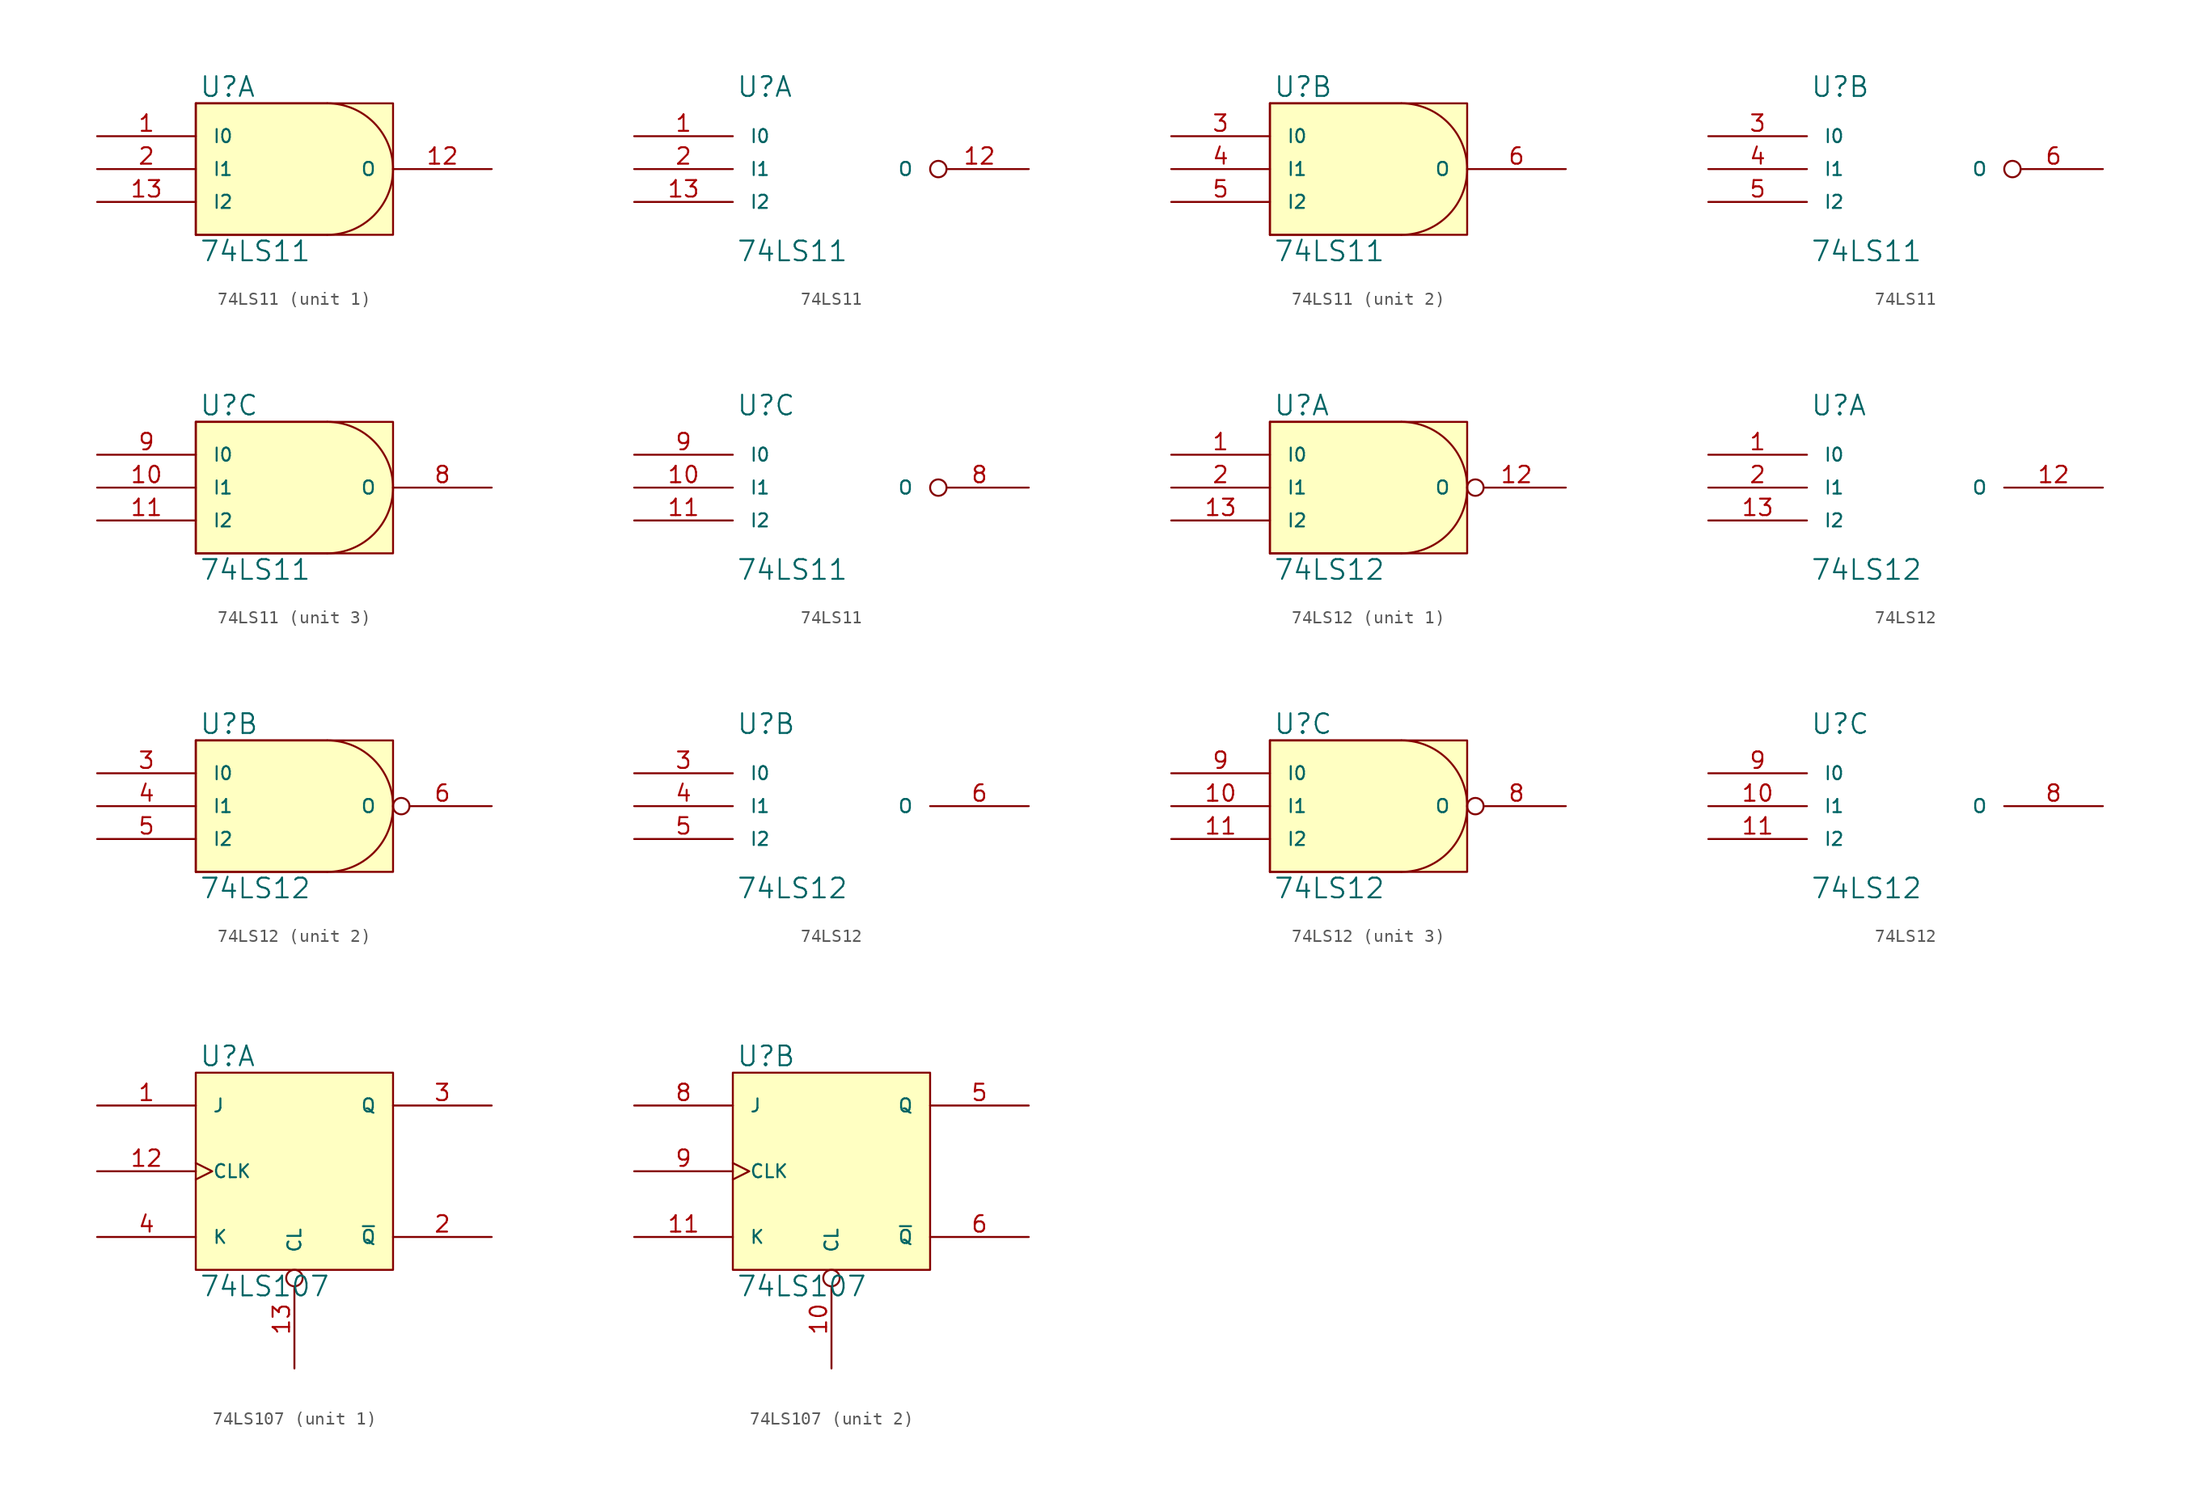
<source format=kicad_sym>
(kicad_symbol_lib
  (version 20231120)
  (generator "kicad_symbol_editor")
  (generator_version "8.0")
  (symbol "74LS11"
    (pin_names
      (offset 1.27))
    (property "Reference" "U"
      (at 0.254 0.381 0)
      (effects (font (size 1.524 1.524)) (justify left bottom)))
    (property "Value" "74LS11"
      (at 0.254 -10.541 0)
      (effects (font (size 1.524 1.524)) (justify left top)))
    (symbol "74LS11_0_1"
      (polyline (pts (xy 0 -10.16) (xy 10.16 -10.16)) (stroke (width 0) (type solid)) (fill (type none)))
      (polyline (pts (xy 0 0) (xy 0 -10.16)) (stroke (width 0) (type solid)) (fill (type none)))
      (polyline (pts (xy 10.16 0) (xy 0 0)) (stroke (width 0) (type solid)) (fill (type none)))
      (rectangle (start 0 0) (end 15.24 -10.16) (stroke (width 0) (type solid)) (fill (type background)))
      (arc (start 10.16 -10.16) (mid 13.7521 -8.6721) (end 15.24 -5.08) (stroke (width 0) (type solid)) (fill (type none)))
      (arc (start 15.24 -5.08) (mid 13.7521 -1.4879) (end 10.16 0) (stroke (width 0) (type solid)) (fill (type none))))
    (symbol "74LS11_1_1"
      (pin input line (at -7.62 -2.54 0) (length 7.62) (name "I0" (effects (font (size 1.016 1.016)))) (number "1" (effects (font (size 1.27 1.27)))))
      (pin output line (at 22.86 -5.08 180) (length 7.62) (name "O" (effects (font (size 1.016 1.016)))) (number "12" (effects (font (size 1.27 1.27)))))
      (pin input line (at -7.62 -7.62 0) (length 7.62) (name "I2" (effects (font (size 1.016 1.016)))) (number "13" (effects (font (size 1.27 1.27)))))
      (pin power_in line (at 0 0 270) (length 0) hide (name "VCC" (effects (font (size 1.016 1.016)))) (number "14" (effects (font (size 1.27 1.27)))))
      (pin input line (at -7.62 -5.08 0) (length 7.62) (name "I1" (effects (font (size 1.016 1.016)))) (number "2" (effects (font (size 1.27 1.27)))))
      (pin power_in line (at 0 -10.16 90) (length 0) hide (name "GND" (effects (font (size 1.016 1.016)))) (number "7" (effects (font (size 1.27 1.27))))))
    (symbol "74LS11_1_2"
      (pin input line (at -7.62 -2.54 0) (length 7.62) (name "I0" (effects (font (size 1.016 1.016)))) (number "1" (effects (font (size 1.27 1.27)))))
      (pin output inverted (at 22.86 -5.08 180) (length 7.62) (name "O" (effects (font (size 1.016 1.016)))) (number "12" (effects (font (size 1.27 1.27)))))
      (pin input line (at -7.62 -7.62 0) (length 7.62) (name "I2" (effects (font (size 1.016 1.016)))) (number "13" (effects (font (size 1.27 1.27)))))
      (pin power_in line (at 0 0 270) (length 0) hide (name "VCC" (effects (font (size 1.016 1.016)))) (number "14" (effects (font (size 1.27 1.27)))))
      (pin input line (at -7.62 -5.08 0) (length 7.62) (name "I1" (effects (font (size 1.016 1.016)))) (number "2" (effects (font (size 1.27 1.27)))))
      (pin power_in line (at 0 -10.16 90) (length 0) hide (name "GND" (effects (font (size 1.016 1.016)))) (number "7" (effects (font (size 1.27 1.27))))))
    (symbol "74LS11_2_1"
      (pin power_in line (at 0 0 270) (length 0) hide (name "VCC" (effects (font (size 1.016 1.016)))) (number "14" (effects (font (size 1.27 1.27)))))
      (pin input line (at -7.62 -2.54 0) (length 7.62) (name "I0" (effects (font (size 1.016 1.016)))) (number "3" (effects (font (size 1.27 1.27)))))
      (pin input line (at -7.62 -5.08 0) (length 7.62) (name "I1" (effects (font (size 1.016 1.016)))) (number "4" (effects (font (size 1.27 1.27)))))
      (pin input line (at -7.62 -7.62 0) (length 7.62) (name "I2" (effects (font (size 1.016 1.016)))) (number "5" (effects (font (size 1.27 1.27)))))
      (pin output line (at 22.86 -5.08 180) (length 7.62) (name "O" (effects (font (size 1.016 1.016)))) (number "6" (effects (font (size 1.27 1.27)))))
      (pin power_in line (at 0 -10.16 90) (length 0) hide (name "GND" (effects (font (size 1.016 1.016)))) (number "7" (effects (font (size 1.27 1.27))))))
    (symbol "74LS11_2_2"
      (pin power_in line (at 0 0 270) (length 0) hide (name "VCC" (effects (font (size 1.016 1.016)))) (number "14" (effects (font (size 1.27 1.27)))))
      (pin input line (at -7.62 -2.54 0) (length 7.62) (name "I0" (effects (font (size 1.016 1.016)))) (number "3" (effects (font (size 1.27 1.27)))))
      (pin input line (at -7.62 -5.08 0) (length 7.62) (name "I1" (effects (font (size 1.016 1.016)))) (number "4" (effects (font (size 1.27 1.27)))))
      (pin input line (at -7.62 -7.62 0) (length 7.62) (name "I2" (effects (font (size 1.016 1.016)))) (number "5" (effects (font (size 1.27 1.27)))))
      (pin output inverted (at 22.86 -5.08 180) (length 7.62) (name "O" (effects (font (size 1.016 1.016)))) (number "6" (effects (font (size 1.27 1.27)))))
      (pin power_in line (at 0 -10.16 90) (length 0) hide (name "GND" (effects (font (size 1.016 1.016)))) (number "7" (effects (font (size 1.27 1.27))))))
    (symbol "74LS11_3_1"
      (pin input line (at -7.62 -5.08 0) (length 7.62) (name "I1" (effects (font (size 1.016 1.016)))) (number "10" (effects (font (size 1.27 1.27)))))
      (pin input line (at -7.62 -7.62 0) (length 7.62) (name "I2" (effects (font (size 1.016 1.016)))) (number "11" (effects (font (size 1.27 1.27)))))
      (pin power_in line (at 0 0 270) (length 0) hide (name "VCC" (effects (font (size 1.016 1.016)))) (number "14" (effects (font (size 1.27 1.27)))))
      (pin power_in line (at 0 -10.16 90) (length 0) hide (name "GND" (effects (font (size 1.016 1.016)))) (number "7" (effects (font (size 1.27 1.27)))))
      (pin output line (at 22.86 -5.08 180) (length 7.62) (name "O" (effects (font (size 1.016 1.016)))) (number "8" (effects (font (size 1.27 1.27)))))
      (pin input line (at -7.62 -2.54 0) (length 7.62) (name "I0" (effects (font (size 1.016 1.016)))) (number "9" (effects (font (size 1.27 1.27))))))
    (symbol "74LS11_3_2"
      (pin input line (at -7.62 -5.08 0) (length 7.62) (name "I1" (effects (font (size 1.016 1.016)))) (number "10" (effects (font (size 1.27 1.27)))))
      (pin input line (at -7.62 -7.62 0) (length 7.62) (name "I2" (effects (font (size 1.016 1.016)))) (number "11" (effects (font (size 1.27 1.27)))))
      (pin power_in line (at 0 0 270) (length 0) hide (name "VCC" (effects (font (size 1.016 1.016)))) (number "14" (effects (font (size 1.27 1.27)))))
      (pin power_in line (at 0 -10.16 90) (length 0) hide (name "GND" (effects (font (size 1.016 1.016)))) (number "7" (effects (font (size 1.27 1.27)))))
      (pin output inverted (at 22.86 -5.08 180) (length 7.62) (name "O" (effects (font (size 1.016 1.016)))) (number "8" (effects (font (size 1.27 1.27)))))
      (pin input line (at -7.62 -2.54 0) (length 7.62) (name "I0" (effects (font (size 1.016 1.016)))) (number "9" (effects (font (size 1.27 1.27)))))))
  (symbol "74LS12"
    (pin_names
      (offset 1.27))
    (property "Reference" "U"
      (at 0.254 0.381 0)
      (effects (font (size 1.524 1.524)) (justify left bottom)))
    (property "Value" "74LS12"
      (at 0.254 -10.541 0)
      (effects (font (size 1.524 1.524)) (justify left top)))
    (symbol "74LS12_0_1"
      (polyline (pts (xy 0 -10.16) (xy 10.16 -10.16)) (stroke (width 0) (type solid)) (fill (type none)))
      (polyline (pts (xy 0 0) (xy 0 -10.16)) (stroke (width 0) (type solid)) (fill (type none)))
      (polyline (pts (xy 10.16 0) (xy 0 0)) (stroke (width 0) (type solid)) (fill (type none)))
      (rectangle (start 0 0) (end 15.24 -10.16) (stroke (width 0) (type solid)) (fill (type background)))
      (arc (start 10.16 -10.16) (mid 13.7521 -8.6721) (end 15.24 -5.08) (stroke (width 0) (type solid)) (fill (type none)))
      (arc (start 15.24 -5.08) (mid 13.7521 -1.4879) (end 10.16 0) (stroke (width 0) (type solid)) (fill (type none))))
    (symbol "74LS12_1_1"
      (pin input line (at -7.62 -2.54 0) (length 7.62) (name "I0" (effects (font (size 1.016 1.016)))) (number "1" (effects (font (size 1.27 1.27)))))
      (pin open_collector inverted (at 22.86 -5.08 180) (length 7.62) (name "O" (effects (font (size 1.016 1.016)))) (number "12" (effects (font (size 1.27 1.27)))))
      (pin input line (at -7.62 -7.62 0) (length 7.62) (name "I2" (effects (font (size 1.016 1.016)))) (number "13" (effects (font (size 1.27 1.27)))))
      (pin power_in line (at 0 0 270) (length 0) hide (name "VCC" (effects (font (size 1.016 1.016)))) (number "14" (effects (font (size 1.27 1.27)))))
      (pin input line (at -7.62 -5.08 0) (length 7.62) (name "I1" (effects (font (size 1.016 1.016)))) (number "2" (effects (font (size 1.27 1.27)))))
      (pin power_in line (at 0 -10.16 90) (length 0) hide (name "GND" (effects (font (size 1.016 1.016)))) (number "7" (effects (font (size 1.27 1.27))))))
    (symbol "74LS12_1_2"
      (pin input line (at -7.62 -2.54 0) (length 7.62) (name "I0" (effects (font (size 1.016 1.016)))) (number "1" (effects (font (size 1.27 1.27)))))
      (pin open_collector line (at 22.86 -5.08 180) (length 7.62) (name "O" (effects (font (size 1.016 1.016)))) (number "12" (effects (font (size 1.27 1.27)))))
      (pin input line (at -7.62 -7.62 0) (length 7.62) (name "I2" (effects (font (size 1.016 1.016)))) (number "13" (effects (font (size 1.27 1.27)))))
      (pin power_in line (at 0 0 270) (length 0) hide (name "VCC" (effects (font (size 1.016 1.016)))) (number "14" (effects (font (size 1.27 1.27)))))
      (pin input line (at -7.62 -5.08 0) (length 7.62) (name "I1" (effects (font (size 1.016 1.016)))) (number "2" (effects (font (size 1.27 1.27)))))
      (pin power_in line (at 0 -10.16 90) (length 0) hide (name "GND" (effects (font (size 1.016 1.016)))) (number "7" (effects (font (size 1.27 1.27))))))
    (symbol "74LS12_2_1"
      (pin power_in line (at 0 0 270) (length 0) hide (name "VCC" (effects (font (size 1.016 1.016)))) (number "14" (effects (font (size 1.27 1.27)))))
      (pin input line (at -7.62 -2.54 0) (length 7.62) (name "I0" (effects (font (size 1.016 1.016)))) (number "3" (effects (font (size 1.27 1.27)))))
      (pin input line (at -7.62 -5.08 0) (length 7.62) (name "I1" (effects (font (size 1.016 1.016)))) (number "4" (effects (font (size 1.27 1.27)))))
      (pin input line (at -7.62 -7.62 0) (length 7.62) (name "I2" (effects (font (size 1.016 1.016)))) (number "5" (effects (font (size 1.27 1.27)))))
      (pin open_collector inverted (at 22.86 -5.08 180) (length 7.62) (name "O" (effects (font (size 1.016 1.016)))) (number "6" (effects (font (size 1.27 1.27)))))
      (pin power_in line (at 0 -10.16 90) (length 0) hide (name "GND" (effects (font (size 1.016 1.016)))) (number "7" (effects (font (size 1.27 1.27))))))
    (symbol "74LS12_2_2"
      (pin power_in line (at 0 0 270) (length 0) hide (name "VCC" (effects (font (size 1.016 1.016)))) (number "14" (effects (font (size 1.27 1.27)))))
      (pin input line (at -7.62 -2.54 0) (length 7.62) (name "I0" (effects (font (size 1.016 1.016)))) (number "3" (effects (font (size 1.27 1.27)))))
      (pin input line (at -7.62 -5.08 0) (length 7.62) (name "I1" (effects (font (size 1.016 1.016)))) (number "4" (effects (font (size 1.27 1.27)))))
      (pin input line (at -7.62 -7.62 0) (length 7.62) (name "I2" (effects (font (size 1.016 1.016)))) (number "5" (effects (font (size 1.27 1.27)))))
      (pin open_collector line (at 22.86 -5.08 180) (length 7.62) (name "O" (effects (font (size 1.016 1.016)))) (number "6" (effects (font (size 1.27 1.27)))))
      (pin power_in line (at 0 -10.16 90) (length 0) hide (name "GND" (effects (font (size 1.016 1.016)))) (number "7" (effects (font (size 1.27 1.27))))))
    (symbol "74LS12_3_1"
      (pin input line (at -7.62 -5.08 0) (length 7.62) (name "I1" (effects (font (size 1.016 1.016)))) (number "10" (effects (font (size 1.27 1.27)))))
      (pin input line (at -7.62 -7.62 0) (length 7.62) (name "I2" (effects (font (size 1.016 1.016)))) (number "11" (effects (font (size 1.27 1.27)))))
      (pin power_in line (at 0 0 270) (length 0) hide (name "VCC" (effects (font (size 1.016 1.016)))) (number "14" (effects (font (size 1.27 1.27)))))
      (pin power_in line (at 0 -10.16 90) (length 0) hide (name "GND" (effects (font (size 1.016 1.016)))) (number "7" (effects (font (size 1.27 1.27)))))
      (pin open_collector inverted (at 22.86 -5.08 180) (length 7.62) (name "O" (effects (font (size 1.016 1.016)))) (number "8" (effects (font (size 1.27 1.27)))))
      (pin input line (at -7.62 -2.54 0) (length 7.62) (name "I0" (effects (font (size 1.016 1.016)))) (number "9" (effects (font (size 1.27 1.27))))))
    (symbol "74LS12_3_2"
      (pin input line (at -7.62 -5.08 0) (length 7.62) (name "I1" (effects (font (size 1.016 1.016)))) (number "10" (effects (font (size 1.27 1.27)))))
      (pin input line (at -7.62 -7.62 0) (length 7.62) (name "I2" (effects (font (size 1.016 1.016)))) (number "11" (effects (font (size 1.27 1.27)))))
      (pin power_in line (at 0 0 270) (length 0) hide (name "VCC" (effects (font (size 1.016 1.016)))) (number "14" (effects (font (size 1.27 1.27)))))
      (pin power_in line (at 0 -10.16 90) (length 0) hide (name "GND" (effects (font (size 1.016 1.016)))) (number "7" (effects (font (size 1.27 1.27)))))
      (pin open_collector line (at 22.86 -5.08 180) (length 7.62) (name "O" (effects (font (size 1.016 1.016)))) (number "8" (effects (font (size 1.27 1.27)))))
      (pin input line (at -7.62 -2.54 0) (length 7.62) (name "I0" (effects (font (size 1.016 1.016)))) (number "9" (effects (font (size 1.27 1.27)))))))
  (symbol "74LS107"
    (pin_names
      (offset 1.27))
    (property "Reference" "U"
      (at 0.254 0.381 0)
      (effects (font (size 1.524 1.524)) (justify left bottom)))
    (property "Value" "74LS107"
      (at 0.254 -15.621 0)
      (effects (font (size 1.524 1.524)) (justify left top)))
    (symbol "74LS107_0_1"
      (rectangle (start 0 0) (end 15.24 -15.24) (stroke (width 0) (type solid)) (fill (type background))))
    (symbol "74LS107_1_1"
      (pin input line (at -7.62 -2.54 0) (length 7.62) (name "J" (effects (font (size 1.016 1.016)))) (number "1" (effects (font (size 1.27 1.27)))))
      (pin input clock (at -7.62 -7.62 0) (length 7.62) (name "CLK" (effects (font (size 1.016 1.016)))) (number "12" (effects (font (size 1.27 1.27)))))
      (pin input inverted (at 7.62 -22.86 90) (length 7.62) (name "CL" (effects (font (size 1.016 1.016)))) (number "13" (effects (font (size 1.27 1.27)))))
      (pin power_in line (at 0 0 270) (length 0) hide (name "VCC" (effects (font (size 1.016 1.016)))) (number "14" (effects (font (size 1.27 1.27)))))
      (pin output line (at 22.86 -12.7 180) (length 7.62) (name "~{Q}" (effects (font (size 1.016 1.016)))) (number "2" (effects (font (size 1.27 1.27)))))
      (pin output line (at 22.86 -2.54 180) (length 7.62) (name "Q" (effects (font (size 1.016 1.016)))) (number "3" (effects (font (size 1.27 1.27)))))
      (pin input line (at -7.62 -12.7 0) (length 7.62) (name "K" (effects (font (size 1.016 1.016)))) (number "4" (effects (font (size 1.27 1.27)))))
      (pin power_in line (at 0 -15.24 90) (length 0) hide (name "GND" (effects (font (size 1.016 1.016)))) (number "7" (effects (font (size 1.27 1.27))))))
    (symbol "74LS107_2_1"
      (pin input inverted (at 7.62 -22.86 90) (length 7.62) (name "CL" (effects (font (size 1.016 1.016)))) (number "10" (effects (font (size 1.27 1.27)))))
      (pin input line (at -7.62 -12.7 0) (length 7.62) (name "K" (effects (font (size 1.016 1.016)))) (number "11" (effects (font (size 1.27 1.27)))))
      (pin power_in line (at 0 0 270) (length 0) hide (name "VCC" (effects (font (size 1.016 1.016)))) (number "14" (effects (font (size 1.27 1.27)))))
      (pin output line (at 22.86 -2.54 180) (length 7.62) (name "Q" (effects (font (size 1.016 1.016)))) (number "5" (effects (font (size 1.27 1.27)))))
      (pin output line (at 22.86 -12.7 180) (length 7.62) (name "~{Q}" (effects (font (size 1.016 1.016)))) (number "6" (effects (font (size 1.27 1.27)))))
      (pin power_in line (at 0 -15.24 90) (length 0) hide (name "GND" (effects (font (size 1.016 1.016)))) (number "7" (effects (font (size 1.27 1.27)))))
      (pin input line (at -7.62 -2.54 0) (length 7.62) (name "J" (effects (font (size 1.016 1.016)))) (number "8" (effects (font (size 1.27 1.27)))))
      (pin input clock (at -7.62 -7.62 0) (length 7.62) (name "CLK" (effects (font (size 1.016 1.016)))) (number "9" (effects (font (size 1.27 1.27))))))))
</source>
